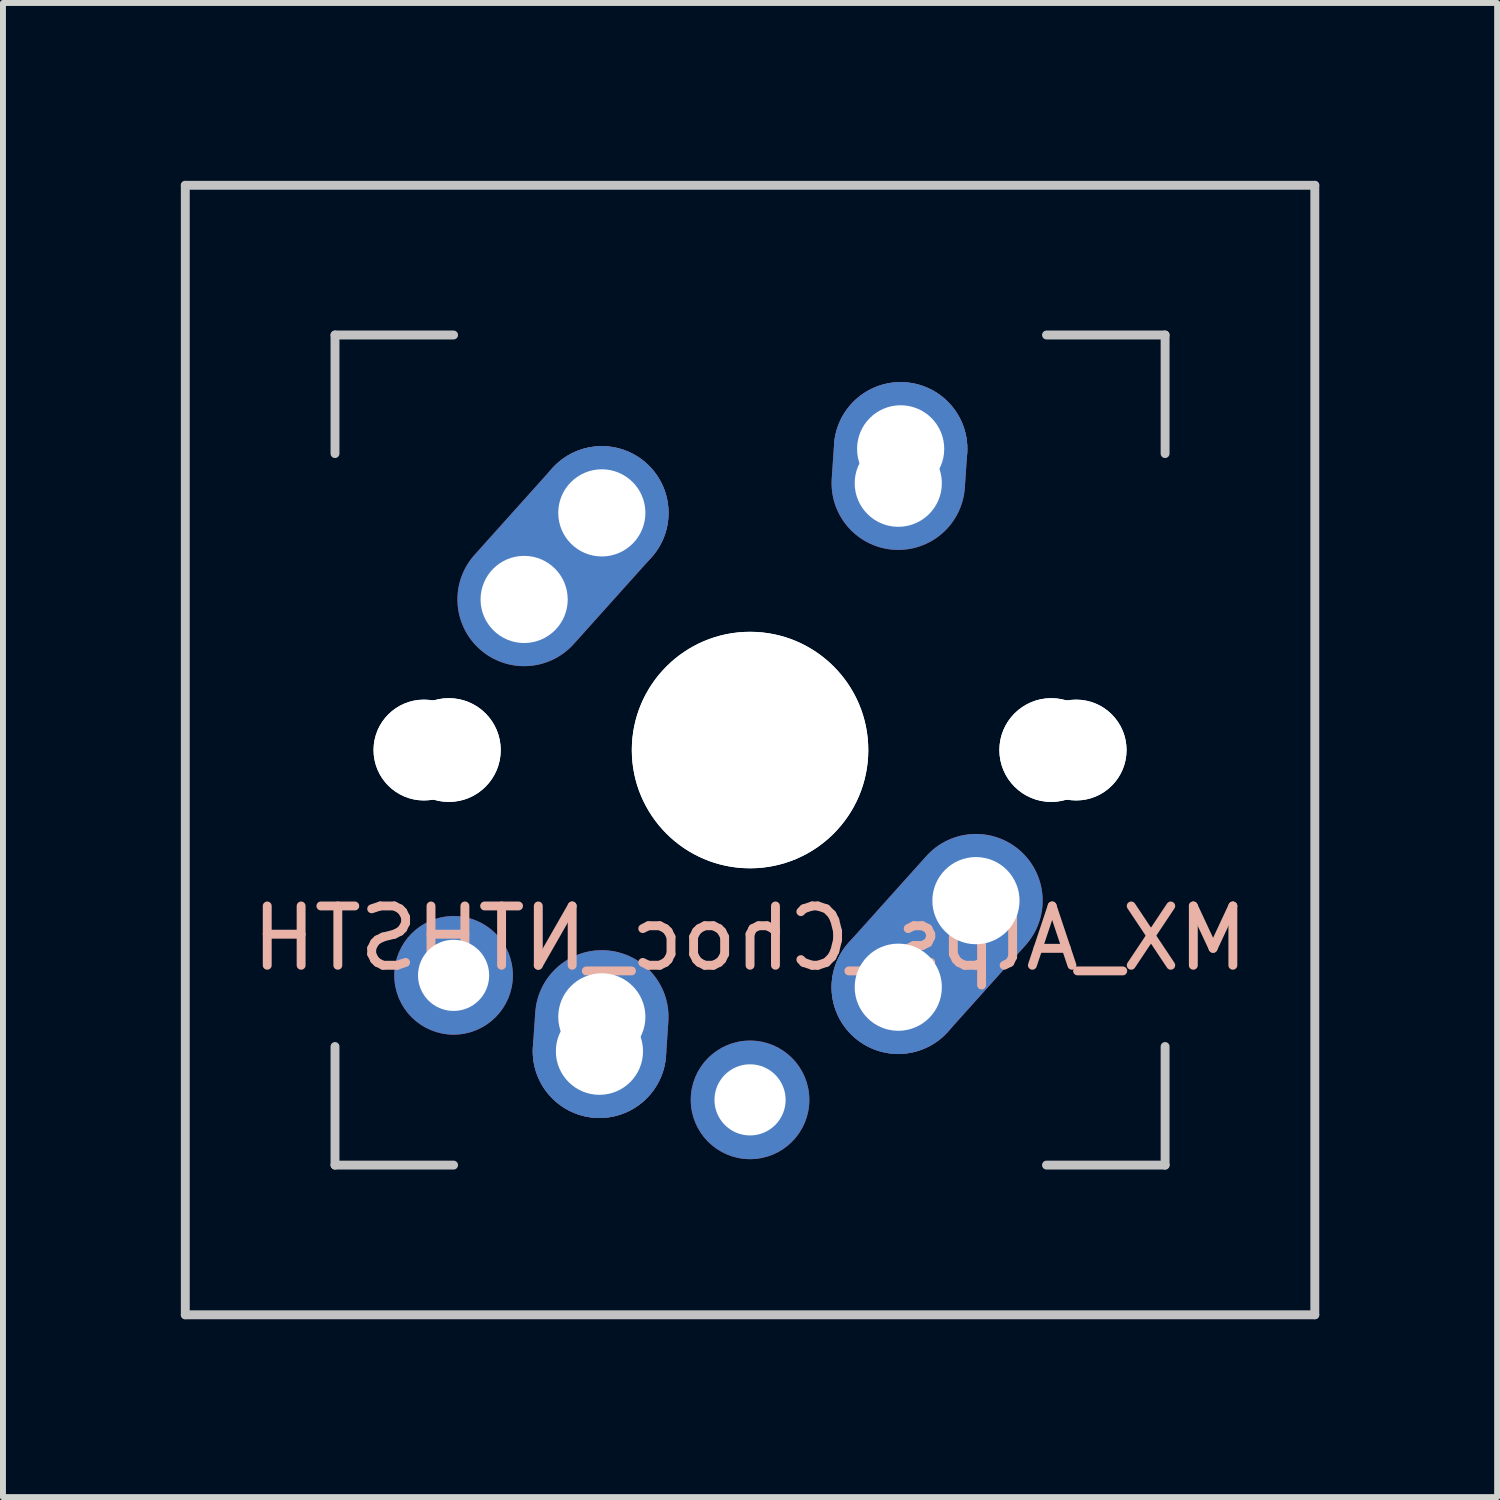
<source format=kicad_pcb>
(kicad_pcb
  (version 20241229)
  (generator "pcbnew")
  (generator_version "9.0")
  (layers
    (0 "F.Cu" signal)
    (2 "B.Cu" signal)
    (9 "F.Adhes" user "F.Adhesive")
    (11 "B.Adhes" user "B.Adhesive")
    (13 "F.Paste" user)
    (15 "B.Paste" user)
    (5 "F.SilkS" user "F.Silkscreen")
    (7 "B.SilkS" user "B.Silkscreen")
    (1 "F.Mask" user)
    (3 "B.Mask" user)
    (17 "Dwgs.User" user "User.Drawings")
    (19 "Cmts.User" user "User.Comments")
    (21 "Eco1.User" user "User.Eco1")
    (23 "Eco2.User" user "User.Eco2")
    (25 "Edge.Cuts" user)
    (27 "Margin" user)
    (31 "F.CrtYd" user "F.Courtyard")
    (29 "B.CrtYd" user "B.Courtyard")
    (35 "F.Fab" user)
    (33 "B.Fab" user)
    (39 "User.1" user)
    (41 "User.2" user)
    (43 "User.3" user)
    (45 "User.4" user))
  (footprint "MX_Alps_Choc_NTHSTH"
    (layer "F.Cu")
    (at 9.6 9.6)
    (property "Reference" "MX_Alps_Choc_NTHSTH" (at 0 3.175 0) (layer "B.SilkS") (effects (font (size 1 1) (thickness 0.15)) (justify mirror)))
    (attr through_hole)
    (fp_line (start -9.525 -9.525) (end 9.525 -9.525) (stroke (width 0.15) (type solid)) (layer "Dwgs.User"))
    (fp_line (start -9.525 9.525) (end -9.525 -9.525) (stroke (width 0.15) (type solid)) (layer "Dwgs.User"))
    (fp_line (start -7 -7) (end -7 -5) (stroke (width 0.15) (type solid)) (layer "Dwgs.User"))
    (fp_line (start -7 5) (end -7 7) (stroke (width 0.15) (type solid)) (layer "Dwgs.User"))
    (fp_line (start -7 7) (end -5 7) (stroke (width 0.15) (type solid)) (layer "Dwgs.User"))
    (fp_line (start -5 -7) (end -7 -7) (stroke (width 0.15) (type solid)) (layer "Dwgs.User"))
    (fp_line (start 5 -7) (end 7 -7) (stroke (width 0.15) (type solid)) (layer "Dwgs.User"))
    (fp_line (start 5 7) (end 7 7) (stroke (width 0.15) (type solid)) (layer "Dwgs.User"))
    (fp_line (start 7 -7) (end 7 -5) (stroke (width 0.15) (type solid)) (layer "Dwgs.User"))
    (fp_line (start 7 7) (end 7 5) (stroke (width 0.15) (type solid)) (layer "Dwgs.User"))
    (fp_line (start 9.525 -9.525) (end 9.525 9.525) (stroke (width 0.15) (type solid)) (layer "Dwgs.User"))
    (fp_line (start 9.525 9.525) (end -9.525 9.525) (stroke (width 0.15) (type solid)) (layer "Dwgs.User"))
    (pad "" np_thru_hole circle (at -5.5 0 228.1) (size 1.7 1.7) (drill 1.7) (layers "*.Cu" "*.Mask"))
    (pad "" np_thru_hole circle (at -5.5 0 48.1) (size 1.7 1.7) (drill 1.7) (layers "*.Cu" "*.Mask"))
    (pad "" np_thru_hole circle (at -5.08 0 48.1) (size 1.75 1.75) (drill 1.75) (layers "*.Cu" "*.Mask"))
    (pad "" np_thru_hole circle (at -5.08 0 228.1) (size 1.75 1.75) (drill 1.75) (layers "*.Cu" "*.Mask"))
    (pad "" np_thru_hole circle (at 0 0) (size 3.988 3.988) (drill 3.988) (layers "*.Cu" "*.Mask"))
    (pad "" np_thru_hole circle (at 0 0 180) (size 3.988 3.988) (drill 3.988) (layers "*.Cu" "*.Mask"))
    (pad "" np_thru_hole circle (at 5.08 0 228.1) (size 1.75 1.75) (drill 1.75) (layers "*.Cu" "*.Mask"))
    (pad "" np_thru_hole circle (at 5.08 0 48.1) (size 1.75 1.75) (drill 1.75) (layers "*.Cu" "*.Mask"))
    (pad "" np_thru_hole circle (at 5.5 0 48.1) (size 1.7 1.7) (drill 1.7) (layers "*.Cu" "*.Mask"))
    (pad "" np_thru_hole circle (at 5.5 0 228.1) (size 1.7 1.7) (drill 1.7) (layers "*.Cu" "*.Mask"))
    (pad "1" thru_hole circle (at -5 3.8 180) (size 2 2) (drill 1.2) (layers "*.Cu" "*.Mask"))
    (pad "1" thru_hole circle (at -2.54 5.08 180) (size 2.25 2.25) (drill 1.47) (layers "*.Cu" "*.Mask"))
    (pad "1" thru_hole oval (at -2.5 4.5 266.1) (size 2.831 2.25) (drill 1.47 (offset 0.291 0)) (layers "*.Cu" "*.Mask"))
    (pad "1" thru_hole oval (at 2.5 -4.5 86.1) (size 2.831 2.25) (drill 1.47 (offset 0.291 0)) (layers "*.Cu" "*.Mask"))
    (pad "1" thru_hole circle (at 2.54 -5.08) (size 2.25 2.25) (drill 1.47) (layers "*.Cu" "*.Mask"))
    (pad "2" thru_hole oval (at -3.81 -2.54 48.1) (size 4.212 2.25) (drill 1.47 (offset 0.981 0)) (layers "*.Cu" "*.Mask"))
    (pad "2" thru_hole circle (at -2.5 -4) (size 2.25 2.25) (drill 1.47) (layers "*.Cu" "*.Mask"))
    (pad "2" thru_hole circle (at 0 5.9 180) (size 2 2) (drill 1.2) (layers "*.Cu" "*.Mask"))
    (pad "2" thru_hole circle (at 2.5 4 180) (size 2.25 2.25) (drill 1.47) (layers "*.Cu" "*.Mask"))
    (pad "2" thru_hole oval (at 3.81 2.54 228.1) (size 4.212 2.25) (drill 1.47 (offset 0.981 0)) (layers "*.Cu" "*.Mask")))
  (gr_rect
    (start -3 -3)
    (end 22.2 22.2)
    (stroke (width 0.1) (type default))
    (fill no)
    (layer "Edge.Cuts")))
</source>
